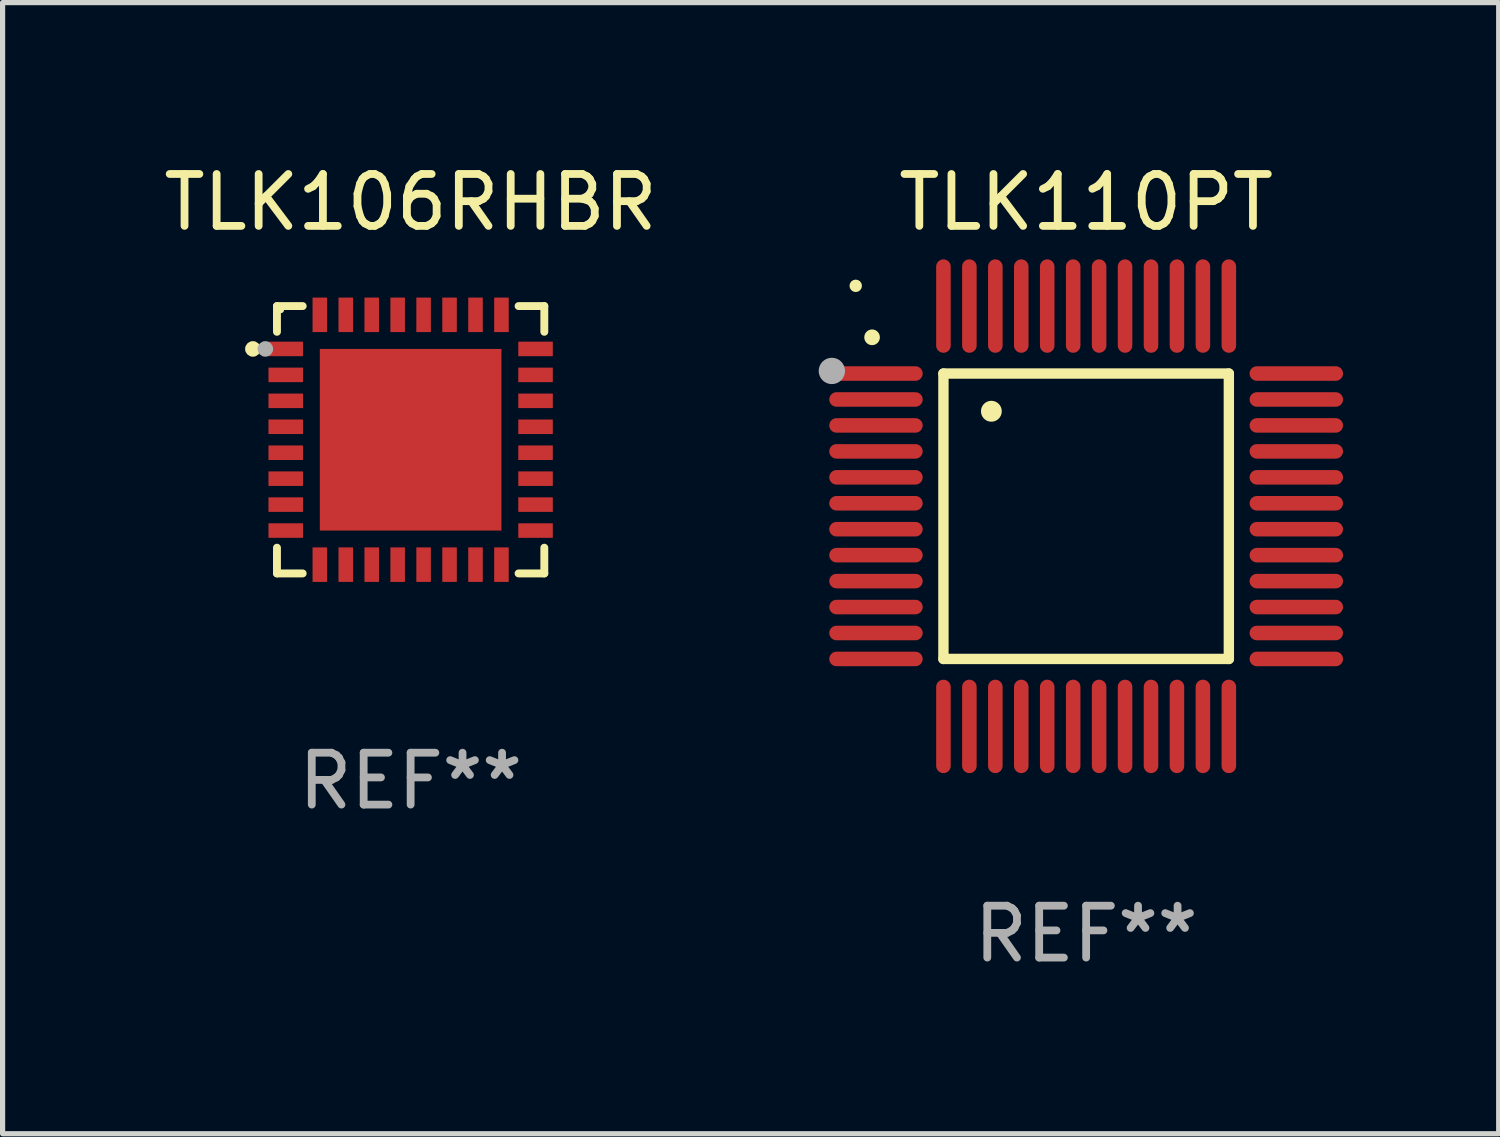
<source format=kicad_pcb>
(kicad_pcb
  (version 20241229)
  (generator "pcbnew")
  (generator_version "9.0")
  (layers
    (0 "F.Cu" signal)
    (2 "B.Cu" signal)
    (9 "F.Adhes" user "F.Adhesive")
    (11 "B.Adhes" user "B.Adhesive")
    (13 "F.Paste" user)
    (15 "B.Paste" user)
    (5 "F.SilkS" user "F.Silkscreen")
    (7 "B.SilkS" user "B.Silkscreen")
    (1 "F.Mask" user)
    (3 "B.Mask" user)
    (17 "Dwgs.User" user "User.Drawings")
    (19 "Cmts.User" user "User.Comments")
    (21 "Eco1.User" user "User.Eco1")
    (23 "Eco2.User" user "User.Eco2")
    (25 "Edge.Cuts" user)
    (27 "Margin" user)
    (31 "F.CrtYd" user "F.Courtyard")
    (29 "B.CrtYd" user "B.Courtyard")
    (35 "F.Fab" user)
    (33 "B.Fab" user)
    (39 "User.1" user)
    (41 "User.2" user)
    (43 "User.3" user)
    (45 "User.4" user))
  (footprint "TLK110PT"
    (layer "F.Cu")
    (at 17.88 6.898)
    (property "Reference" "TLK110PT" (at 0 -6.05 0) (layer "F.SilkS") (effects (font (size 1 1) (thickness 0.15))))
    (attr through_hole)
    (fp_line (start -2.75 -2.75) (end 2.75 -2.75) (stroke (width 0.2) (type solid)) (layer "F.SilkS"))
    (fp_line (start -2.75 2.75) (end -2.75 -2.75) (stroke (width 0.2) (type solid)) (layer "F.SilkS"))
    (fp_line (start 2.75 -2.75) (end 2.75 2.75) (stroke (width 0.2) (type solid)) (layer "F.SilkS"))
    (fp_line (start 2.75 2.75) (end -2.75 2.75) (stroke (width 0.2) (type solid)) (layer "F.SilkS"))
    (fp_arc (start -4.124968 -3.446787) (mid -4.124973 -3.448057) (end -4.124968 -3.449327) (stroke (width 0.3) (type solid)) (layer "F.SilkS"))
    (fp_arc (start -1.826264 -2.021844) (mid -1.826268 -2.023114) (end -1.826264 -2.024384) (stroke (width 0.4) (type solid)) (layer "F.SilkS"))
    (fp_circle (center -4.44 -4.44) (end -4.38 -4.44) (stroke (width 0.12) (type solid)) (fill no) (layer "F.SilkS"))
    (fp_circle (center -4.9 -2.8) (end -4.773 -2.8) (stroke (width 0.254) (type solid)) (fill no) (layer "F.Fab"))
    (fp_text user "REF**" (at 0 8.05 0) (layer "F.Fab") (effects (font (size 1 1) (thickness 0.15))))
    (pad "1" smd oval (at -4.05 -2.75 90) (size 0.28 1.8) (layers "F.Cu" "F.Mask" "F.Paste"))
    (pad "2" smd oval (at -4.05 -2.25 90) (size 0.28 1.8) (layers "F.Cu" "F.Mask" "F.Paste"))
    (pad "3" smd oval (at -4.05 -1.75 90) (size 0.28 1.8) (layers "F.Cu" "F.Mask" "F.Paste"))
    (pad "4" smd oval (at -4.05 -1.25 90) (size 0.28 1.8) (layers "F.Cu" "F.Mask" "F.Paste"))
    (pad "5" smd oval (at -4.05 -0.75 90) (size 0.28 1.8) (layers "F.Cu" "F.Mask" "F.Paste"))
    (pad "6" smd oval (at -4.05 -0.25 90) (size 0.28 1.8) (layers "F.Cu" "F.Mask" "F.Paste"))
    (pad "7" smd oval (at -4.05 0.25 90) (size 0.28 1.8) (layers "F.Cu" "F.Mask" "F.Paste"))
    (pad "8" smd oval (at -4.05 0.75 90) (size 0.28 1.8) (layers "F.Cu" "F.Mask" "F.Paste"))
    (pad "9" smd oval (at -4.05 1.25 90) (size 0.28 1.8) (layers "F.Cu" "F.Mask" "F.Paste"))
    (pad "10" smd oval (at -4.05 1.75 90) (size 0.28 1.8) (layers "F.Cu" "F.Mask" "F.Paste"))
    (pad "11" smd oval (at -4.05 2.25 90) (size 0.28 1.8) (layers "F.Cu" "F.Mask" "F.Paste"))
    (pad "12" smd oval (at -4.05 2.75 90) (size 0.28 1.8) (layers "F.Cu" "F.Mask" "F.Paste"))
    (pad "13" smd oval (at -2.75 4.05) (size 0.28 1.8) (layers "F.Cu" "F.Mask" "F.Paste"))
    (pad "14" smd oval (at -2.25 4.05) (size 0.28 1.8) (layers "F.Cu" "F.Mask" "F.Paste"))
    (pad "15" smd oval (at -1.75 4.05) (size 0.28 1.8) (layers "F.Cu" "F.Mask" "F.Paste"))
    (pad "16" smd oval (at -1.25 4.05) (size 0.28 1.8) (layers "F.Cu" "F.Mask" "F.Paste"))
    (pad "17" smd oval (at -0.75 4.05) (size 0.28 1.8) (layers "F.Cu" "F.Mask" "F.Paste"))
    (pad "18" smd oval (at -0.25 4.05) (size 0.28 1.8) (layers "F.Cu" "F.Mask" "F.Paste"))
    (pad "19" smd oval (at 0.25 4.05) (size 0.28 1.8) (layers "F.Cu" "F.Mask" "F.Paste"))
    (pad "20" smd oval (at 0.75 4.05) (size 0.28 1.8) (layers "F.Cu" "F.Mask" "F.Paste"))
    (pad "21" smd oval (at 1.25 4.05) (size 0.28 1.8) (layers "F.Cu" "F.Mask" "F.Paste"))
    (pad "22" smd oval (at 1.75 4.05) (size 0.28 1.8) (layers "F.Cu" "F.Mask" "F.Paste"))
    (pad "23" smd oval (at 2.25 4.05) (size 0.28 1.8) (layers "F.Cu" "F.Mask" "F.Paste"))
    (pad "24" smd oval (at 2.75 4.05) (size 0.28 1.8) (layers "F.Cu" "F.Mask" "F.Paste"))
    (pad "25" smd oval (at 4.05 2.75 90) (size 0.28 1.8) (layers "F.Cu" "F.Mask" "F.Paste"))
    (pad "26" smd oval (at 4.05 2.25 90) (size 0.28 1.8) (layers "F.Cu" "F.Mask" "F.Paste"))
    (pad "27" smd oval (at 4.05 1.75 90) (size 0.28 1.8) (layers "F.Cu" "F.Mask" "F.Paste"))
    (pad "28" smd oval (at 4.05 1.25 90) (size 0.28 1.8) (layers "F.Cu" "F.Mask" "F.Paste"))
    (pad "29" smd oval (at 4.05 0.75 90) (size 0.28 1.8) (layers "F.Cu" "F.Mask" "F.Paste"))
    (pad "30" smd oval (at 4.05 0.25 90) (size 0.28 1.8) (layers "F.Cu" "F.Mask" "F.Paste"))
    (pad "31" smd oval (at 4.05 -0.25 90) (size 0.28 1.8) (layers "F.Cu" "F.Mask" "F.Paste"))
    (pad "32" smd oval (at 4.05 -0.75 90) (size 0.28 1.8) (layers "F.Cu" "F.Mask" "F.Paste"))
    (pad "33" smd oval (at 4.05 -1.25 90) (size 0.28 1.8) (layers "F.Cu" "F.Mask" "F.Paste"))
    (pad "34" smd oval (at 4.05 -1.75 90) (size 0.28 1.8) (layers "F.Cu" "F.Mask" "F.Paste"))
    (pad "35" smd oval (at 4.05 -2.25 90) (size 0.28 1.8) (layers "F.Cu" "F.Mask" "F.Paste"))
    (pad "36" smd oval (at 4.05 -2.75 90) (size 0.28 1.8) (layers "F.Cu" "F.Mask" "F.Paste"))
    (pad "37" smd oval (at 2.75 -4.05) (size 0.28 1.8) (layers "F.Cu" "F.Mask" "F.Paste"))
    (pad "38" smd oval (at 2.25 -4.05) (size 0.28 1.8) (layers "F.Cu" "F.Mask" "F.Paste"))
    (pad "39" smd oval (at 1.75 -4.05) (size 0.28 1.8) (layers "F.Cu" "F.Mask" "F.Paste"))
    (pad "40" smd oval (at 1.25 -4.05) (size 0.28 1.8) (layers "F.Cu" "F.Mask" "F.Paste"))
    (pad "41" smd oval (at 0.75 -4.05) (size 0.28 1.8) (layers "F.Cu" "F.Mask" "F.Paste"))
    (pad "42" smd oval (at 0.25 -4.05) (size 0.28 1.8) (layers "F.Cu" "F.Mask" "F.Paste"))
    (pad "43" smd oval (at -0.25 -4.05) (size 0.28 1.8) (layers "F.Cu" "F.Mask" "F.Paste"))
    (pad "44" smd oval (at -0.75 -4.05) (size 0.28 1.8) (layers "F.Cu" "F.Mask" "F.Paste"))
    (pad "45" smd oval (at -1.25 -4.05) (size 0.28 1.8) (layers "F.Cu" "F.Mask" "F.Paste"))
    (pad "46" smd oval (at -1.75 -4.05) (size 0.28 1.8) (layers "F.Cu" "F.Mask" "F.Paste"))
    (pad "47" smd oval (at -2.25 -4.05) (size 0.28 1.8) (layers "F.Cu" "F.Mask" "F.Paste"))
    (pad "48" smd oval (at -2.75 -4.05) (size 0.28 1.8) (layers "F.Cu" "F.Mask" "F.Paste")))
  (footprint "TLK106RHBR"
    (layer "F.Cu")
    (at 4.863 5.424)
    (property "Reference" "TLK106RHBR" (at 0 -4.576 0) (layer "F.SilkS") (effects (font (size 1 1) (thickness 0.15))))
    (attr through_hole)
    (fp_line (start -2.576 -2.576) (end -2.576 -2.08) (stroke (width 0.152) (type solid)) (layer "F.SilkS"))
    (fp_line (start -2.576 2.576) (end -2.576 2.08) (stroke (width 0.152) (type solid)) (layer "F.SilkS"))
    (fp_line (start -2.08 -2.576) (end -2.576 -2.576) (stroke (width 0.152) (type solid)) (layer "F.SilkS"))
    (fp_line (start -2.08 2.576) (end -2.576 2.576) (stroke (width 0.152) (type solid)) (layer "F.SilkS"))
    (fp_line (start 2.08 -2.576) (end 2.576 -2.576) (stroke (width 0.152) (type solid)) (layer "F.SilkS"))
    (fp_line (start 2.08 2.576) (end 2.576 2.576) (stroke (width 0.152) (type solid)) (layer "F.SilkS"))
    (fp_line (start 2.576 -2.576) (end 2.576 -2.08) (stroke (width 0.152) (type solid)) (layer "F.SilkS"))
    (fp_line (start 2.576 2.576) (end 2.576 2.08) (stroke (width 0.152) (type solid)) (layer "F.SilkS"))
    (fp_circle (center -3.04 -1.75) (end -2.965 -1.75) (stroke (width 0.15) (type solid)) (fill no) (layer "F.SilkS"))
    (fp_circle (center -2.5 -2.5) (end -2.47 -2.5) (stroke (width 0.06) (type solid)) (fill no) (layer "F.SilkS"))
    (fp_circle (center -2.8 -1.75) (end -2.725 -1.75) (stroke (width 0.15) (type solid)) (fill no) (layer "F.Fab"))
    (fp_text user "REF**" (at 0 6.576 0) (layer "F.Fab") (effects (font (size 1 1) (thickness 0.15))))
    (pad "1" smd rect (at -2.407 -1.75) (size 0.665 0.28) (layers "F.Cu" "F.Mask" "F.Paste"))
    (pad "2" smd rect (at -2.407 -1.25) (size 0.665 0.28) (layers "F.Cu" "F.Mask" "F.Paste"))
    (pad "3" smd rect (at -2.407 -0.75) (size 0.665 0.28) (layers "F.Cu" "F.Mask" "F.Paste"))
    (pad "4" smd rect (at -2.407 -0.25) (size 0.665 0.28) (layers "F.Cu" "F.Mask" "F.Paste"))
    (pad "5" smd rect (at -2.407 0.25) (size 0.665 0.28) (layers "F.Cu" "F.Mask" "F.Paste"))
    (pad "6" smd rect (at -2.407 0.75) (size 0.665 0.28) (layers "F.Cu" "F.Mask" "F.Paste"))
    (pad "7" smd rect (at -2.407 1.25) (size 0.665 0.28) (layers "F.Cu" "F.Mask" "F.Paste"))
    (pad "8" smd rect (at -2.407 1.75) (size 0.665 0.28) (layers "F.Cu" "F.Mask" "F.Paste"))
    (pad "9" smd rect (at -1.75 2.407) (size 0.28 0.665) (layers "F.Cu" "F.Mask" "F.Paste"))
    (pad "10" smd rect (at -1.25 2.407) (size 0.28 0.665) (layers "F.Cu" "F.Mask" "F.Paste"))
    (pad "11" smd rect (at -0.75 2.407) (size 0.28 0.665) (layers "F.Cu" "F.Mask" "F.Paste"))
    (pad "12" smd rect (at -0.25 2.407) (size 0.28 0.665) (layers "F.Cu" "F.Mask" "F.Paste"))
    (pad "13" smd rect (at 0.25 2.407) (size 0.28 0.665) (layers "F.Cu" "F.Mask" "F.Paste"))
    (pad "14" smd rect (at 0.75 2.407) (size 0.28 0.665) (layers "F.Cu" "F.Mask" "F.Paste"))
    (pad "15" smd rect (at 1.25 2.407) (size 0.28 0.665) (layers "F.Cu" "F.Mask" "F.Paste"))
    (pad "16" smd rect (at 1.75 2.407) (size 0.28 0.665) (layers "F.Cu" "F.Mask" "F.Paste"))
    (pad "17" smd rect (at 2.407 1.75) (size 0.665 0.28) (layers "F.Cu" "F.Mask" "F.Paste"))
    (pad "18" smd rect (at 2.407 1.25) (size 0.665 0.28) (layers "F.Cu" "F.Mask" "F.Paste"))
    (pad "19" smd rect (at 2.407 0.75) (size 0.665 0.28) (layers "F.Cu" "F.Mask" "F.Paste"))
    (pad "20" smd rect (at 2.407 0.25) (size 0.665 0.28) (layers "F.Cu" "F.Mask" "F.Paste"))
    (pad "21" smd rect (at 2.407 -0.25) (size 0.665 0.28) (layers "F.Cu" "F.Mask" "F.Paste"))
    (pad "22" smd rect (at 2.407 -0.75) (size 0.665 0.28) (layers "F.Cu" "F.Mask" "F.Paste"))
    (pad "23" smd rect (at 2.407 -1.25) (size 0.665 0.28) (layers "F.Cu" "F.Mask" "F.Paste"))
    (pad "24" smd rect (at 2.407 -1.75) (size 0.665 0.28) (layers "F.Cu" "F.Mask" "F.Paste"))
    (pad "25" smd rect (at 1.75 -2.407) (size 0.28 0.665) (layers "F.Cu" "F.Mask" "F.Paste"))
    (pad "26" smd rect (at 1.25 -2.407) (size 0.28 0.665) (layers "F.Cu" "F.Mask" "F.Paste"))
    (pad "27" smd rect (at 0.75 -2.407) (size 0.28 0.665) (layers "F.Cu" "F.Mask" "F.Paste"))
    (pad "28" smd rect (at 0.25 -2.407) (size 0.28 0.665) (layers "F.Cu" "F.Mask" "F.Paste"))
    (pad "29" smd rect (at -0.25 -2.407) (size 0.28 0.665) (layers "F.Cu" "F.Mask" "F.Paste"))
    (pad "30" smd rect (at -0.75 -2.407) (size 0.28 0.665) (layers "F.Cu" "F.Mask" "F.Paste"))
    (pad "31" smd rect (at -1.25 -2.407) (size 0.28 0.665) (layers "F.Cu" "F.Mask" "F.Paste"))
    (pad "32" smd rect (at -1.75 -2.407) (size 0.28 0.665) (layers "F.Cu" "F.Mask" "F.Paste"))
    (pad "33" smd rect (at 0 0) (size 3.5 3.5) (layers "F.Cu" "F.Mask" "F.Paste")))
  (gr_rect
    (start -3 -3)
    (end 25.83 18.797)
    (stroke (width 0.1) (type default))
    (fill no)
    (layer "Edge.Cuts")))
</source>
